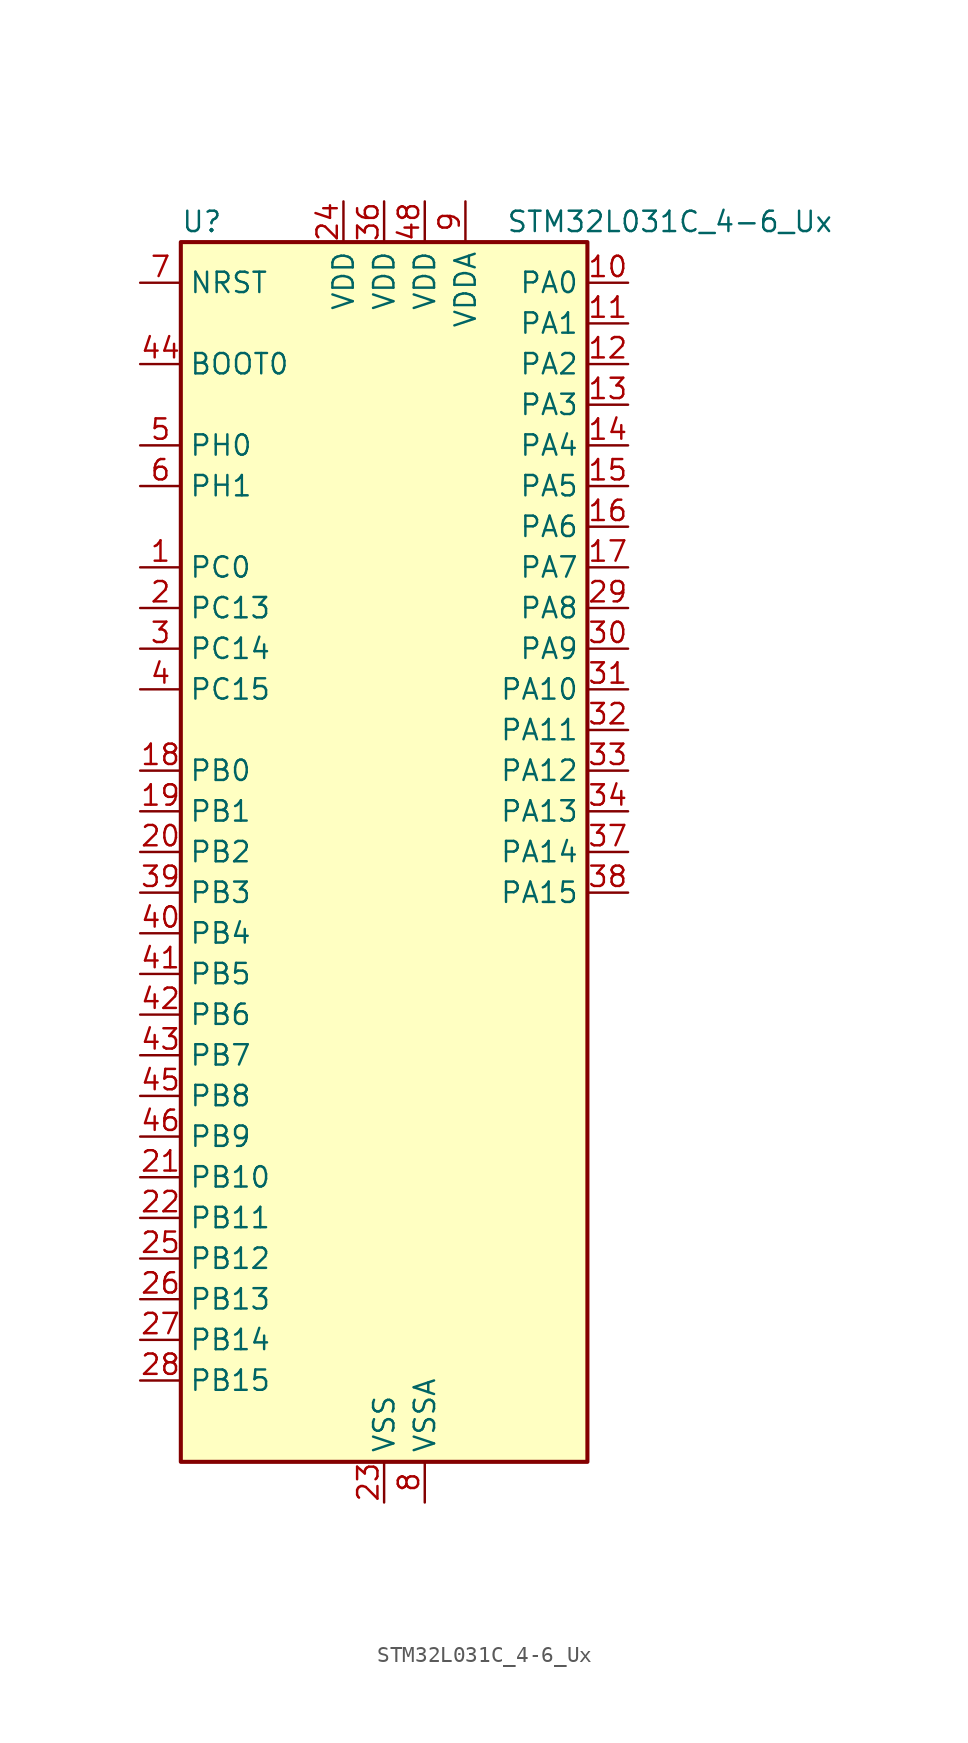
<source format=kicad_sym>
(kicad_symbol_lib
  (version 20231120)
  (generator "kicad_symbol_editor")
  (generator_version "8.0")
  (symbol "STM32L031C_4-6_Ux"
    (property "Reference" "U"
      (at -12.7 39.37 0)
      (effects (font (size 1.27 1.27)) (justify left)))
    (property "Value" "STM32L031C_4-6_Ux"
      (at 7.62 39.37 0)
      (effects (font (size 1.27 1.27)) (justify left)))
    (property "ki_locked" ""
      (at 0 0 0)
      (effects (font (size 1.27 1.27))))
    (symbol "STM32L031C_4-6_Ux_0_1"
      (rectangle (start -12.7 -38.1) (end 12.7 38.1) (stroke (width 0.254) (type default)) (fill (type background))))
    (symbol "STM32L031C_4-6_Ux_1_1"
      (pin bidirectional line (at -15.24 17.78 0) (length 2.54) (name "PC0" (effects (font (size 1.27 1.27)))) (number "1" (effects (font (size 1.27 1.27)))) (alternate "LPTIM1_IN1" bidirectional line) (alternate "LPUART1_RX" bidirectional line))
      (pin bidirectional line (at 15.24 35.56 180) (length 2.54) (name "PA0" (effects (font (size 1.27 1.27)))) (number "10" (effects (font (size 1.27 1.27)))) (alternate "ADC_IN0" bidirectional line) (alternate "COMP1_INM" bidirectional line) (alternate "COMP1_OUT" bidirectional line) (alternate "LPTIM1_IN1" bidirectional line) (alternate "RTC_TAMP2" bidirectional line) (alternate "SYS_WKUP1" bidirectional line) (alternate "TIM2_CH1" bidirectional line) (alternate "TIM2_ETR" bidirectional line) (alternate "USART2_CTS" bidirectional line))
      (pin bidirectional line (at 15.24 33.02 180) (length 2.54) (name "PA1" (effects (font (size 1.27 1.27)))) (number "11" (effects (font (size 1.27 1.27)))) (alternate "ADC_IN1" bidirectional line) (alternate "COMP1_INP" bidirectional line) (alternate "I2C1_SMBA" bidirectional line) (alternate "LPTIM1_IN2" bidirectional line) (alternate "TIM21_ETR" bidirectional line) (alternate "TIM2_CH2" bidirectional line) (alternate "USART2_DE" bidirectional line) (alternate "USART2_RTS" bidirectional line))
      (pin bidirectional line (at 15.24 30.48 180) (length 2.54) (name "PA2" (effects (font (size 1.27 1.27)))) (number "12" (effects (font (size 1.27 1.27)))) (alternate "ADC_IN2" bidirectional line) (alternate "COMP2_INM" bidirectional line) (alternate "COMP2_OUT" bidirectional line) (alternate "LPUART1_TX" bidirectional line) (alternate "RTC_OUT_ALARM" bidirectional line) (alternate "RTC_OUT_CALIB" bidirectional line) (alternate "RTC_TAMP3" bidirectional line) (alternate "RTC_TS" bidirectional line) (alternate "SYS_WKUP3" bidirectional line) (alternate "TIM21_CH1" bidirectional line) (alternate "TIM2_CH3" bidirectional line) (alternate "USART2_TX" bidirectional line))
      (pin bidirectional line (at 15.24 27.94 180) (length 2.54) (name "PA3" (effects (font (size 1.27 1.27)))) (number "13" (effects (font (size 1.27 1.27)))) (alternate "ADC_IN3" bidirectional line) (alternate "COMP2_INP" bidirectional line) (alternate "LPUART1_RX" bidirectional line) (alternate "TIM21_CH2" bidirectional line) (alternate "TIM2_CH4" bidirectional line) (alternate "USART2_RX" bidirectional line))
      (pin bidirectional line (at 15.24 25.4 180) (length 2.54) (name "PA4" (effects (font (size 1.27 1.27)))) (number "14" (effects (font (size 1.27 1.27)))) (alternate "ADC_IN4" bidirectional line) (alternate "COMP1_INM" bidirectional line) (alternate "COMP2_INM" bidirectional line) (alternate "LPTIM1_IN1" bidirectional line) (alternate "SPI1_NSS" bidirectional line) (alternate "TIM22_ETR" bidirectional line) (alternate "USART2_CK" bidirectional line))
      (pin bidirectional line (at 15.24 22.86 180) (length 2.54) (name "PA5" (effects (font (size 1.27 1.27)))) (number "15" (effects (font (size 1.27 1.27)))) (alternate "ADC_IN5" bidirectional line) (alternate "COMP1_INM" bidirectional line) (alternate "COMP2_INM" bidirectional line) (alternate "LPTIM1_IN2" bidirectional line) (alternate "SPI1_SCK" bidirectional line) (alternate "TIM2_CH1" bidirectional line) (alternate "TIM2_ETR" bidirectional line))
      (pin bidirectional line (at 15.24 20.32 180) (length 2.54) (name "PA6" (effects (font (size 1.27 1.27)))) (number "16" (effects (font (size 1.27 1.27)))) (alternate "ADC_IN6" bidirectional line) (alternate "COMP1_OUT" bidirectional line) (alternate "LPTIM1_ETR" bidirectional line) (alternate "LPUART1_CTS" bidirectional line) (alternate "SPI1_MISO" bidirectional line) (alternate "TIM22_CH1" bidirectional line))
      (pin bidirectional line (at 15.24 17.78 180) (length 2.54) (name "PA7" (effects (font (size 1.27 1.27)))) (number "17" (effects (font (size 1.27 1.27)))) (alternate "ADC_IN7" bidirectional line) (alternate "COMP2_OUT" bidirectional line) (alternate "LPTIM1_OUT" bidirectional line) (alternate "SPI1_MOSI" bidirectional line) (alternate "TIM22_CH2" bidirectional line) (alternate "USART2_CTS" bidirectional line))
      (pin bidirectional line (at -15.24 5.08 0) (length 2.54) (name "PB0" (effects (font (size 1.27 1.27)))) (number "18" (effects (font (size 1.27 1.27)))) (alternate "ADC_IN8" bidirectional line) (alternate "SPI1_MISO" bidirectional line) (alternate "SYS_VREF_OUT_PB0" bidirectional line) (alternate "TIM2_CH3" bidirectional line) (alternate "USART2_DE" bidirectional line) (alternate "USART2_RTS" bidirectional line))
      (pin bidirectional line (at -15.24 2.54 0) (length 2.54) (name "PB1" (effects (font (size 1.27 1.27)))) (number "19" (effects (font (size 1.27 1.27)))) (alternate "ADC_IN9" bidirectional line) (alternate "LPUART1_DE" bidirectional line) (alternate "LPUART1_RTS" bidirectional line) (alternate "SPI1_MOSI" bidirectional line) (alternate "SYS_VREF_OUT_PB1" bidirectional line) (alternate "TIM2_CH4" bidirectional line) (alternate "USART2_CK" bidirectional line))
      (pin bidirectional line (at -15.24 15.24 0) (length 2.54) (name "PC13" (effects (font (size 1.27 1.27)))) (number "2" (effects (font (size 1.27 1.27)))) (alternate "RTC_TAMP1" bidirectional line) (alternate "SYS_WKUP2" bidirectional line))
      (pin bidirectional line (at -15.24 0 0) (length 2.54) (name "PB2" (effects (font (size 1.27 1.27)))) (number "20" (effects (font (size 1.27 1.27)))) (alternate "LPTIM1_OUT" bidirectional line))
      (pin bidirectional line (at -15.24 -20.32 0) (length 2.54) (name "PB10" (effects (font (size 1.27 1.27)))) (number "21" (effects (font (size 1.27 1.27)))) (alternate "LPUART1_TX" bidirectional line) (alternate "TIM2_CH3" bidirectional line))
      (pin bidirectional line (at -15.24 -22.86 0) (length 2.54) (name "PB11" (effects (font (size 1.27 1.27)))) (number "22" (effects (font (size 1.27 1.27)))) (alternate "ADC_EXTI11" bidirectional line) (alternate "LPUART1_RX" bidirectional line) (alternate "TIM2_CH4" bidirectional line))
      (pin power_in line (at 0 -40.64 90) (length 2.54) (name "VSS" (effects (font (size 1.27 1.27)))) (number "23" (effects (font (size 1.27 1.27)))))
      (pin power_in line (at -2.54 40.64 270) (length 2.54) (name "VDD" (effects (font (size 1.27 1.27)))) (number "24" (effects (font (size 1.27 1.27)))))
      (pin bidirectional line (at -15.24 -25.4 0) (length 2.54) (name "PB12" (effects (font (size 1.27 1.27)))) (number "25" (effects (font (size 1.27 1.27)))) (alternate "SPI1_NSS" bidirectional line))
      (pin bidirectional line (at -15.24 -27.94 0) (length 2.54) (name "PB13" (effects (font (size 1.27 1.27)))) (number "26" (effects (font (size 1.27 1.27)))) (alternate "LPUART1_CTS" bidirectional line) (alternate "RCC_MCO" bidirectional line) (alternate "SPI1_SCK" bidirectional line) (alternate "TIM21_CH1" bidirectional line))
      (pin bidirectional line (at -15.24 -30.48 0) (length 2.54) (name "PB14" (effects (font (size 1.27 1.27)))) (number "27" (effects (font (size 1.27 1.27)))) (alternate "LPUART1_DE" bidirectional line) (alternate "LPUART1_RTS" bidirectional line) (alternate "RTC_OUT_ALARM" bidirectional line) (alternate "RTC_OUT_CALIB" bidirectional line) (alternate "SPI1_MISO" bidirectional line) (alternate "TIM21_CH2" bidirectional line))
      (pin bidirectional line (at -15.24 -33.02 0) (length 2.54) (name "PB15" (effects (font (size 1.27 1.27)))) (number "28" (effects (font (size 1.27 1.27)))) (alternate "RTC_REFIN" bidirectional line) (alternate "SPI1_MOSI" bidirectional line))
      (pin bidirectional line (at 15.24 15.24 180) (length 2.54) (name "PA8" (effects (font (size 1.27 1.27)))) (number "29" (effects (font (size 1.27 1.27)))) (alternate "LPTIM1_IN1" bidirectional line) (alternate "RCC_MCO" bidirectional line) (alternate "TIM2_CH1" bidirectional line) (alternate "USART2_CK" bidirectional line))
      (pin bidirectional line (at -15.24 12.7 0) (length 2.54) (name "PC14" (effects (font (size 1.27 1.27)))) (number "3" (effects (font (size 1.27 1.27)))) (alternate "RCC_OSC32_IN" bidirectional line))
      (pin bidirectional line (at 15.24 12.7 180) (length 2.54) (name "PA9" (effects (font (size 1.27 1.27)))) (number "30" (effects (font (size 1.27 1.27)))) (alternate "I2C1_SCL" bidirectional line) (alternate "RCC_MCO" bidirectional line) (alternate "TIM22_CH1" bidirectional line) (alternate "USART2_TX" bidirectional line))
      (pin bidirectional line (at 15.24 10.16 180) (length 2.54) (name "PA10" (effects (font (size 1.27 1.27)))) (number "31" (effects (font (size 1.27 1.27)))) (alternate "I2C1_SDA" bidirectional line) (alternate "TIM22_CH2" bidirectional line) (alternate "USART2_RX" bidirectional line))
      (pin bidirectional line (at 15.24 7.62 180) (length 2.54) (name "PA11" (effects (font (size 1.27 1.27)))) (number "32" (effects (font (size 1.27 1.27)))) (alternate "ADC_EXTI11" bidirectional line) (alternate "COMP1_OUT" bidirectional line) (alternate "SPI1_MISO" bidirectional line) (alternate "TIM21_CH2" bidirectional line) (alternate "USART2_CTS" bidirectional line))
      (pin bidirectional line (at 15.24 5.08 180) (length 2.54) (name "PA12" (effects (font (size 1.27 1.27)))) (number "33" (effects (font (size 1.27 1.27)))) (alternate "COMP2_OUT" bidirectional line) (alternate "SPI1_MOSI" bidirectional line) (alternate "USART2_DE" bidirectional line) (alternate "USART2_RTS" bidirectional line))
      (pin bidirectional line (at 15.24 2.54 180) (length 2.54) (name "PA13" (effects (font (size 1.27 1.27)))) (number "34" (effects (font (size 1.27 1.27)))) (alternate "LPTIM1_ETR" bidirectional line) (alternate "LPUART1_RX" bidirectional line) (alternate "SYS_SWDIO" bidirectional line))
      (pin passive line (at 0 -40.64 90) (length 2.54) hide (name "VSS" (effects (font (size 1.27 1.27)))) (number "35" (effects (font (size 1.27 1.27)))))
      (pin power_in line (at 0 40.64 270) (length 2.54) (name "VDD" (effects (font (size 1.27 1.27)))) (number "36" (effects (font (size 1.27 1.27)))))
      (pin bidirectional line (at 15.24 0 180) (length 2.54) (name "PA14" (effects (font (size 1.27 1.27)))) (number "37" (effects (font (size 1.27 1.27)))) (alternate "I2C1_SMBA" bidirectional line) (alternate "LPTIM1_OUT" bidirectional line) (alternate "LPUART1_TX" bidirectional line) (alternate "SYS_SWCLK" bidirectional line) (alternate "USART2_TX" bidirectional line))
      (pin bidirectional line (at 15.24 -2.54 180) (length 2.54) (name "PA15" (effects (font (size 1.27 1.27)))) (number "38" (effects (font (size 1.27 1.27)))) (alternate "SPI1_NSS" bidirectional line) (alternate "TIM2_CH1" bidirectional line) (alternate "TIM2_ETR" bidirectional line) (alternate "USART2_RX" bidirectional line))
      (pin bidirectional line (at -15.24 -2.54 0) (length 2.54) (name "PB3" (effects (font (size 1.27 1.27)))) (number "39" (effects (font (size 1.27 1.27)))) (alternate "COMP2_INM" bidirectional line) (alternate "SPI1_SCK" bidirectional line) (alternate "TIM2_CH2" bidirectional line))
      (pin bidirectional line (at -15.24 10.16 0) (length 2.54) (name "PC15" (effects (font (size 1.27 1.27)))) (number "4" (effects (font (size 1.27 1.27)))) (alternate "RCC_OSC32_OUT" bidirectional line))
      (pin bidirectional line (at -15.24 -5.08 0) (length 2.54) (name "PB4" (effects (font (size 1.27 1.27)))) (number "40" (effects (font (size 1.27 1.27)))) (alternate "COMP2_INP" bidirectional line) (alternate "SPI1_MISO" bidirectional line) (alternate "TIM22_CH1" bidirectional line))
      (pin bidirectional line (at -15.24 -7.62 0) (length 2.54) (name "PB5" (effects (font (size 1.27 1.27)))) (number "41" (effects (font (size 1.27 1.27)))) (alternate "COMP2_INP" bidirectional line) (alternate "I2C1_SMBA" bidirectional line) (alternate "LPTIM1_IN1" bidirectional line) (alternate "SPI1_MOSI" bidirectional line) (alternate "TIM22_CH2" bidirectional line))
      (pin bidirectional line (at -15.24 -10.16 0) (length 2.54) (name "PB6" (effects (font (size 1.27 1.27)))) (number "42" (effects (font (size 1.27 1.27)))) (alternate "COMP2_INP" bidirectional line) (alternate "I2C1_SCL" bidirectional line) (alternate "LPTIM1_ETR" bidirectional line) (alternate "TIM21_CH1" bidirectional line) (alternate "USART2_TX" bidirectional line))
      (pin bidirectional line (at -15.24 -12.7 0) (length 2.54) (name "PB7" (effects (font (size 1.27 1.27)))) (number "43" (effects (font (size 1.27 1.27)))) (alternate "COMP2_INP" bidirectional line) (alternate "I2C1_SDA" bidirectional line) (alternate "LPTIM1_IN2" bidirectional line) (alternate "SYS_PVD_IN" bidirectional line) (alternate "USART2_RX" bidirectional line))
      (pin input line (at -15.24 30.48 0) (length 2.54) (name "BOOT0" (effects (font (size 1.27 1.27)))) (number "44" (effects (font (size 1.27 1.27)))))
      (pin bidirectional line (at -15.24 -15.24 0) (length 2.54) (name "PB8" (effects (font (size 1.27 1.27)))) (number "45" (effects (font (size 1.27 1.27)))) (alternate "I2C1_SCL" bidirectional line))
      (pin bidirectional line (at -15.24 -17.78 0) (length 2.54) (name "PB9" (effects (font (size 1.27 1.27)))) (number "46" (effects (font (size 1.27 1.27)))) (alternate "I2C1_SDA" bidirectional line))
      (pin passive line (at 0 -40.64 90) (length 2.54) hide (name "VSS" (effects (font (size 1.27 1.27)))) (number "47" (effects (font (size 1.27 1.27)))))
      (pin power_in line (at 2.54 40.64 270) (length 2.54) (name "VDD" (effects (font (size 1.27 1.27)))) (number "48" (effects (font (size 1.27 1.27)))))
      (pin passive line (at 0 -40.64 90) (length 2.54) hide (name "VSS" (effects (font (size 1.27 1.27)))) (number "49" (effects (font (size 1.27 1.27)))))
      (pin bidirectional line (at -15.24 25.4 0) (length 2.54) (name "PH0" (effects (font (size 1.27 1.27)))) (number "5" (effects (font (size 1.27 1.27)))) (alternate "RCC_OSC_IN" bidirectional line))
      (pin bidirectional line (at -15.24 22.86 0) (length 2.54) (name "PH1" (effects (font (size 1.27 1.27)))) (number "6" (effects (font (size 1.27 1.27)))) (alternate "RCC_OSC_OUT" bidirectional line))
      (pin input line (at -15.24 35.56 0) (length 2.54) (name "NRST" (effects (font (size 1.27 1.27)))) (number "7" (effects (font (size 1.27 1.27)))))
      (pin power_in line (at 2.54 -40.64 90) (length 2.54) (name "VSSA" (effects (font (size 1.27 1.27)))) (number "8" (effects (font (size 1.27 1.27)))))
      (pin power_in line (at 5.08 40.64 270) (length 2.54) (name "VDDA" (effects (font (size 1.27 1.27)))) (number "9" (effects (font (size 1.27 1.27))))))))
</source>
